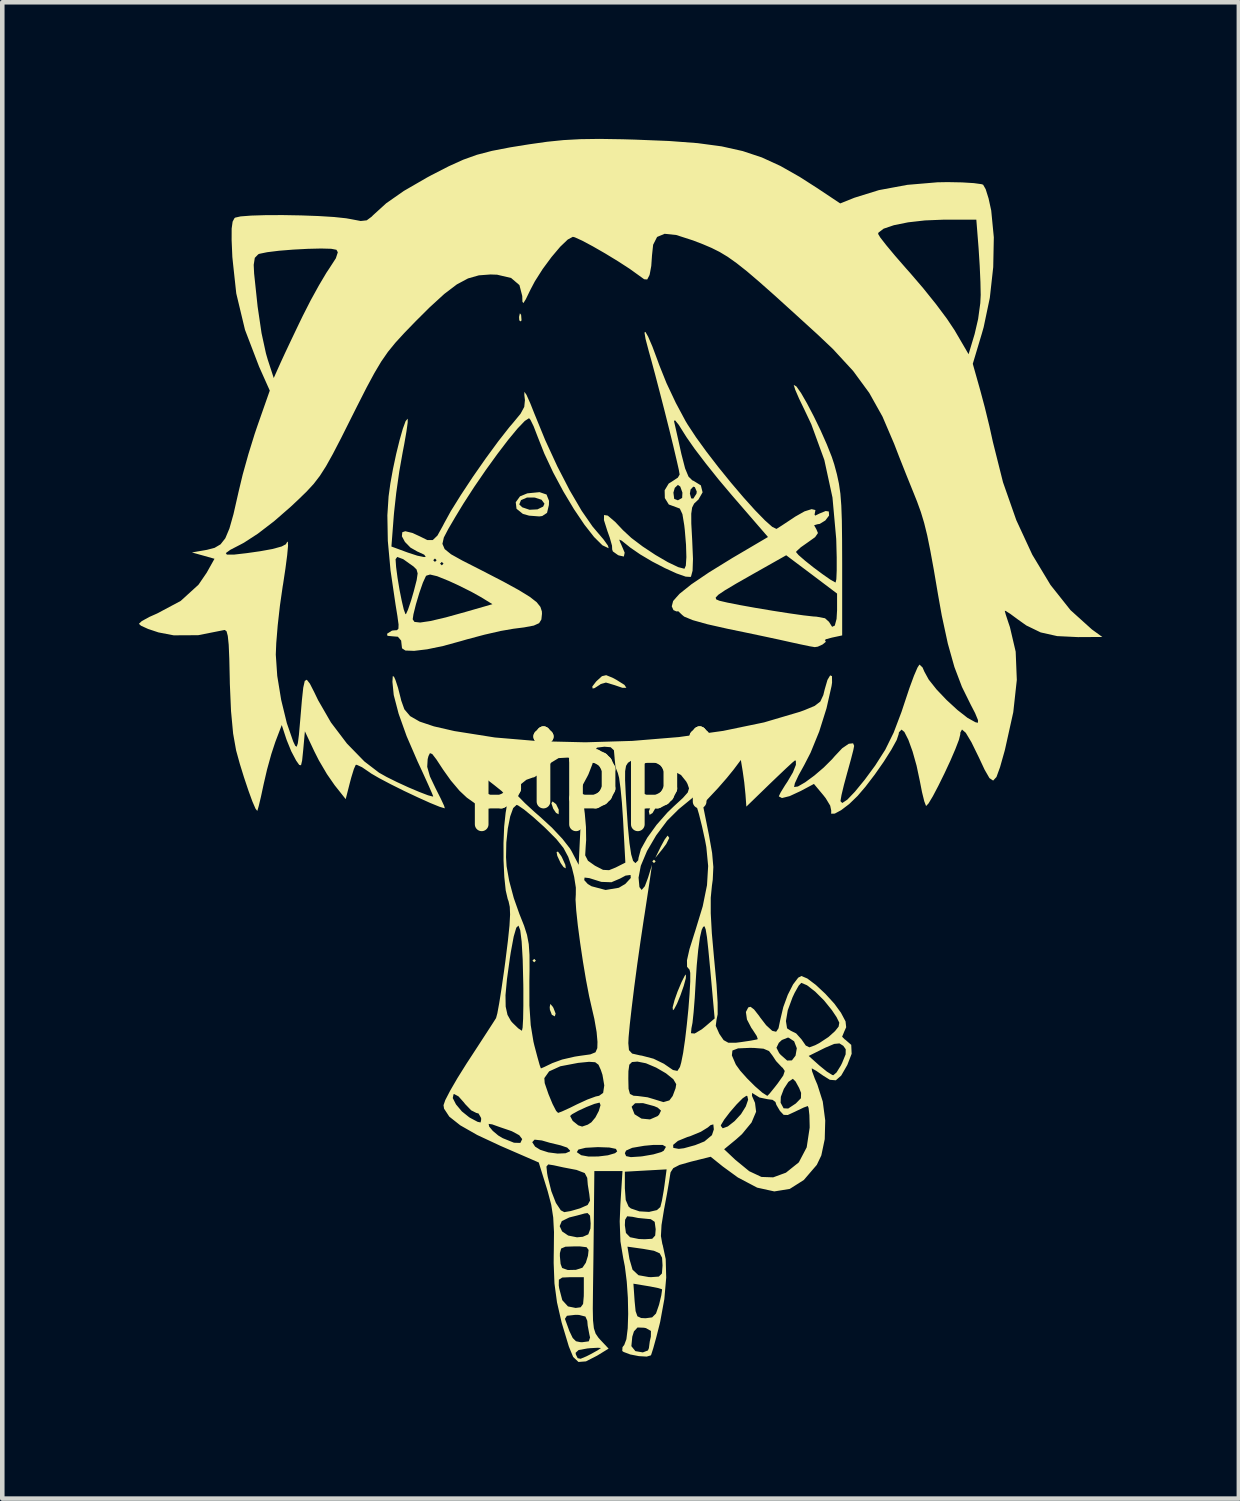
<source format=kicad_pcb>
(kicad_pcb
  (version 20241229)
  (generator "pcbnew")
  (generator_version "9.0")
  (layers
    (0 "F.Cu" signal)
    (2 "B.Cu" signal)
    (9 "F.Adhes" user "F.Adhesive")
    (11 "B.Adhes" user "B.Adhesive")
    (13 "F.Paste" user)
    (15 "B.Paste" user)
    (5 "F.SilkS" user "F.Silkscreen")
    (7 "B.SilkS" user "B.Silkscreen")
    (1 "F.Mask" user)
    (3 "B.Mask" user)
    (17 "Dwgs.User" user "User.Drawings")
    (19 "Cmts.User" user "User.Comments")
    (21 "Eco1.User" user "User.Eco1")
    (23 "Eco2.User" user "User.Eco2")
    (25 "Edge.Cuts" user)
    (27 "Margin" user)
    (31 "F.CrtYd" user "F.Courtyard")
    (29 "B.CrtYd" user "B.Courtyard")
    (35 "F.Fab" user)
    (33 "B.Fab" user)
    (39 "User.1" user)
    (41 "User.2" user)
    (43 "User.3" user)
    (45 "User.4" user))
  (footprint "pippi"
    (layer "F.Cu")
    (at 9.92 13.873)
    (property "Reference" "pippi" (at 0 0 0) (layer "F.SilkS") (effects (font (size 1.5 1.5) (thickness 0.3))))
    (attr board_only exclude_from_pos_files exclude_from_bom)
    (fp_poly (pts (xy -1.202 4.171) (xy -1.24 4.208) (xy -1.278 4.171) (xy -1.24 4.133)) (stroke (width 0) (type solid)) (fill yes) (layer "F.SilkS"))
    (fp_poly (pts (xy 1.428 1.991) (xy 1.39 2.029) (xy 1.353 1.991) (xy 1.39 1.954)) (stroke (width 0) (type solid)) (fill yes) (layer "F.SilkS"))
    (fp_poly (pts (xy -1.527 -10.009) (xy -1.518 -9.891) (xy -1.533 -9.865) (xy -1.567 -9.887) (xy -1.572 -9.963) (xy -1.554 -10.044)) (stroke (width 0) (type solid)) (fill yes) (layer "F.SilkS"))
    (fp_poly (pts (xy -0.834 5.182) (xy -0.817 5.21) (xy -0.769 5.335) (xy -0.788 5.395) (xy -0.852 5.361) (xy -0.895 5.249) (xy -0.899 5.191) (xy -0.885 5.122)) (stroke (width 0) (type solid)) (fill yes) (layer "F.SilkS"))
    (fp_poly (pts (xy -0.759 0.735) (xy -0.701 0.855) (xy -0.703 0.952) (xy -0.706 0.957) (xy -0.761 0.926) (xy -0.823 0.833) (xy -0.862 0.715) (xy -0.837 0.676)) (stroke (width 0) (type solid)) (fill yes) (layer "F.SilkS"))
    (fp_poly (pts (xy 1.726 1.477) (xy 1.659 1.611) (xy 1.572 1.728) (xy 1.419 1.916) (xy 1.538 1.672) (xy 1.625 1.512) (xy 1.686 1.43) (xy 1.693 1.428)) (stroke (width 0) (type solid)) (fill yes) (layer "F.SilkS"))
    (fp_poly (pts (xy -0.644 1.878) (xy -0.63 1.904) (xy -0.556 2.067) (xy -0.546 2.145) (xy -0.596 2.117) (xy -0.66 2.027) (xy -0.733 1.87) (xy -0.748 1.786) (xy -0.717 1.777)) (stroke (width 0) (type solid)) (fill yes) (layer "F.SilkS"))
    (fp_poly (pts (xy 1.573 0.498) (xy 1.529 0.621) (xy 1.463 0.755) (xy 1.358 0.931) (xy 1.295 0.97) (xy 1.278 0.895) (xy 1.321 0.783) (xy 1.424 0.626) (xy 1.428 0.622) (xy 1.539 0.497)) (stroke (width 0) (type solid)) (fill yes) (layer "F.SilkS"))
    (fp_poly (pts (xy 2.09 4.557) (xy 2.044 4.726) (xy 1.973 4.93) (xy 1.896 5.118) (xy 1.831 5.24) (xy 1.807 5.26) (xy 1.8 5.198) (xy 1.843 5.035) (xy 1.907 4.854) (xy 1.996 4.642) (xy 2.065 4.505) (xy 2.093 4.474)) (stroke (width 0) (type solid)) (fill yes) (layer "F.SilkS"))
    (fp_poly (pts (xy 0.476 -2.043) (xy 0.564 -1.996) (xy 0.742 -1.884) (xy 0.784 -1.82) (xy 0.696 -1.82) (xy 0.524 -1.879) (xy 0.336 -1.935) (xy 0.222 -1.903) (xy 0.206 -1.89) (xy 0.086 -1.813) (xy 0.043 -1.804) (xy 0.036 -1.848) (xy 0.119 -1.956) (xy 0.134 -1.971) (xy 0.248 -2.075) (xy 0.341 -2.097)) (stroke (width 0) (type solid)) (fill yes) (layer "F.SilkS"))
    (fp_poly (pts (xy -0.969 -6.064) (xy -0.914 -5.925) (xy -0.917 -5.833) (xy -0.958 -5.661) (xy -1.063 -5.592) (xy -1.127 -5.583) (xy -1.352 -5.6) (xy -1.489 -5.639) (xy -1.628 -5.751) (xy -1.639 -5.847) (xy -1.568 -5.847) (xy -1.502 -5.783) (xy -1.342 -5.729) (xy -1.168 -5.738) (xy -1.043 -5.799) (xy -1.014 -5.862) (xy -1.078 -5.949) (xy -1.226 -5.997) (xy -1.397 -5.998) (xy -1.529 -5.941) (xy -1.53 -5.939) (xy -1.568 -5.847) (xy -1.639 -5.847) (xy -1.645 -5.895) (xy -1.551 -6.024) (xy -1.39 -6.09) (xy -1.121 -6.116)) (stroke (width 0) (type solid)) (fill yes) (layer "F.SilkS"))
    (fp_poly (pts (xy -1.409 -8.253) (xy -1.323 -8.06) (xy -1.241 -7.853) (xy -0.997 -7.257) (xy -0.732 -6.682) (xy -0.46 -6.155) (xy -0.197 -5.706) (xy 0.042 -5.361) (xy 0.123 -5.265) (xy 0.283 -5.077) (xy 0.38 -4.941) (xy 0.395 -4.885) (xy 0.393 -4.885) (xy 0.257 -4.95) (xy 0.076 -5.13) (xy -0.137 -5.402) (xy -0.368 -5.745) (xy -0.601 -6.134) (xy -0.823 -6.548) (xy -1.018 -6.964) (xy -1.169 -7.346) (xy -1.252 -7.562) (xy -1.322 -7.705) (xy -1.353 -7.74) (xy -1.446 -7.68) (xy -1.604 -7.515) (xy -1.81 -7.266) (xy -2.048 -6.954) (xy -2.303 -6.601) (xy -2.558 -6.229) (xy -2.798 -5.858) (xy -2.973 -5.569) (xy -3.126 -5.308) (xy -3.224 -5.12) (xy -3.255 -4.981) (xy -3.206 -4.866) (xy -3.066 -4.752) (xy -2.822 -4.616) (xy -2.462 -4.433) (xy -2.372 -4.387) (xy -1.914 -4.15) (xy -1.575 -3.964) (xy -1.338 -3.818) (xy -1.186 -3.7) (xy -1.103 -3.596) (xy -1.071 -3.496) (xy -1.069 -3.445) (xy -1.082 -3.32) (xy -1.132 -3.239) (xy -1.249 -3.186) (xy -1.463 -3.146) (xy -1.698 -3.116) (xy -1.975 -3.068) (xy -2.332 -2.986) (xy -2.708 -2.886) (xy -2.846 -2.846) (xy -3.24 -2.738) (xy -3.591 -2.665) (xy -3.876 -2.631) (xy -4.068 -2.638) (xy -4.142 -2.687) (xy -4.156 -2.806) (xy -4.161 -2.856) (xy -4.233 -2.941) (xy -4.344 -2.95) (xy -4.462 -2.961) (xy -4.471 -3.006) (xy -4.363 -3.075) (xy -4.317 -3.081) (xy -4.253 -3.085) (xy -4.221 -3.118) (xy -4.218 -3.21) (xy -4.234 -3.324) (xy -3.908 -3.324) (xy -3.869 -3.267) (xy -3.744 -3.253) (xy -3.519 -3.286) (xy -3.18 -3.366) (xy -2.751 -3.485) (xy -2.157 -3.656) (xy -2.413 -3.813) (xy -2.623 -3.93) (xy -2.902 -4.069) (xy -3.113 -4.166) (xy -3.37 -4.27) (xy -3.526 -4.307) (xy -3.607 -4.283) (xy -3.621 -4.266) (xy -3.684 -4.128) (xy -3.762 -3.904) (xy -3.837 -3.653) (xy -3.891 -3.436) (xy -3.908 -3.324) (xy -4.234 -3.324) (xy -4.243 -3.393) (xy -4.284 -3.645) (xy -4.395 -4.4) (xy -4.417 -4.643) (xy -4.284 -4.643) (xy -4.272 -4.472) (xy -4.241 -4.237) (xy -4.198 -3.977) (xy -4.149 -3.732) (xy -4.104 -3.54) (xy -4.068 -3.441) (xy -4.056 -3.436) (xy -4.011 -3.535) (xy -3.944 -3.733) (xy -3.884 -3.939) (xy -3.82 -4.187) (xy -3.799 -4.332) (xy -3.823 -4.418) (xy -3.891 -4.485) (xy -3.978 -4.546) (xy -3.307 -4.546) (xy -3.269 -4.509) (xy -3.231 -4.546) (xy -3.269 -4.584) (xy -3.307 -4.546) (xy -3.978 -4.546) (xy -4.084 -4.622) (xy -3.457 -4.622) (xy -3.419 -4.584) (xy -3.382 -4.622) (xy -3.419 -4.659) (xy -3.457 -4.622) (xy -4.084 -4.622) (xy -4.117 -4.645) (xy -4.247 -4.693) (xy -4.284 -4.643) (xy -4.417 -4.643) (xy -4.454 -5.045) (xy -4.464 -5.607) (xy -4.437 -6.023) (xy -4.398 -6.307) (xy -4.34 -6.628) (xy -4.27 -6.956) (xy -4.195 -7.26) (xy -4.124 -7.51) (xy -4.063 -7.676) (xy -4.02 -7.727) (xy -4.017 -7.725) (xy -4.018 -7.643) (xy -4.045 -7.448) (xy -4.093 -7.172) (xy -4.129 -6.985) (xy -4.203 -6.567) (xy -4.269 -6.101) (xy -4.316 -5.676) (xy -4.323 -5.599) (xy -4.375 -4.922) (xy -4.017 -4.79) (xy -3.806 -4.721) (xy -3.659 -4.691) (xy -3.621 -4.696) (xy -3.655 -4.743) (xy -3.79 -4.806) (xy -3.802 -4.81) (xy -3.956 -4.898) (xy -4.078 -5.023) (xy -4.145 -5.147) (xy -4.136 -5.236) (xy -4.07 -5.258) (xy -3.914 -5.22) (xy -3.757 -5.148) (xy -3.587 -5.064) (xy -3.467 -5.064) (xy -3.364 -5.163) (xy -3.244 -5.38) (xy -3.219 -5.429) (xy -3.069 -5.702) (xy -2.849 -6.055) (xy -2.586 -6.453) (xy -2.304 -6.857) (xy -2.029 -7.232) (xy -1.786 -7.542) (xy -1.706 -7.635) (xy -1.539 -7.838) (xy -1.458 -7.988) (xy -1.443 -8.137) (xy -1.456 -8.249) (xy -1.455 -8.319)) (stroke (width 0) (type solid)) (fill yes) (layer "F.SilkS"))
    (fp_poly (pts (xy 1.262 -9.531) (xy 1.356 -9.313) (xy 1.478 -8.986) (xy 1.507 -8.905) (xy 1.665 -8.511) (xy 1.87 -8.076) (xy 2.083 -7.678) (xy 2.13 -7.6) (xy 2.313 -7.322) (xy 2.544 -7.003) (xy 2.806 -6.663) (xy 3.082 -6.323) (xy 3.355 -6.002) (xy 3.608 -5.721) (xy 3.825 -5.498) (xy 3.987 -5.354) (xy 4.079 -5.309) (xy 4.083 -5.31) (xy 4.193 -5.38) (xy 4.376 -5.501) (xy 4.491 -5.578) (xy 4.696 -5.694) (xy 4.853 -5.743) (xy 4.936 -5.723) (xy 4.918 -5.63) (xy 4.916 -5.625) (xy 4.931 -5.601) (xy 5.024 -5.646) (xy 5.161 -5.702) (xy 5.23 -5.691) (xy 5.235 -5.602) (xy 5.153 -5.494) (xy 5.031 -5.419) (xy 4.979 -5.411) (xy 4.907 -5.389) (xy 4.956 -5.302) (xy 4.991 -5.218) (xy 4.929 -5.128) (xy 4.778 -5.02) (xy 4.613 -4.904) (xy 4.519 -4.817) (xy 4.51 -4.8) (xy 4.565 -4.735) (xy 4.705 -4.613) (xy 4.893 -4.463) (xy 5.092 -4.315) (xy 5.262 -4.196) (xy 5.368 -4.136) (xy 5.379 -4.133) (xy 5.395 -4.204) (xy 5.403 -4.396) (xy 5.403 -4.682) (xy 5.394 -5.034) (xy 5.392 -5.091) (xy 5.31 -5.999) (xy 5.131 -6.824) (xy 4.845 -7.607) (xy 4.696 -7.922) (xy 4.576 -8.171) (xy 4.493 -8.363) (xy 4.461 -8.464) (xy 4.462 -8.47) (xy 4.519 -8.436) (xy 4.621 -8.291) (xy 4.752 -8.063) (xy 4.899 -7.782) (xy 5.049 -7.473) (xy 5.185 -7.167) (xy 5.295 -6.89) (xy 5.349 -6.726) (xy 5.408 -6.507) (xy 5.452 -6.302) (xy 5.484 -6.082) (xy 5.504 -5.82) (xy 5.516 -5.489) (xy 5.521 -5.061) (xy 5.523 -4.547) (xy 5.523 -2.97) (xy 5.298 -2.922) (xy 5.165 -2.886) (xy 5.142 -2.864) (xy 5.148 -2.863) (xy 5.164 -2.829) (xy 5.093 -2.771) (xy 4.988 -2.723) (xy 4.922 -2.713) (xy 4.813 -2.731) (xy 4.607 -2.774) (xy 4.396 -2.82) (xy 4.141 -2.877) (xy 3.786 -2.953) (xy 3.382 -3.038) (xy 3.009 -3.115) (xy 2.565 -3.215) (xy 2.243 -3.305) (xy 2.054 -3.383) (xy 2.008 -3.421) (xy 1.925 -3.5) (xy 1.883 -3.497) (xy 1.818 -3.526) (xy 1.781 -3.609) (xy 1.811 -3.725) (xy 1.877 -3.801) (xy 2.745 -3.801) (xy 2.756 -3.762) (xy 2.823 -3.733) (xy 2.829 -3.731) (xy 3.006 -3.69) (xy 3.286 -3.635) (xy 3.631 -3.573) (xy 4.002 -3.511) (xy 4.361 -3.455) (xy 4.67 -3.411) (xy 4.89 -3.386) (xy 4.959 -3.382) (xy 5.146 -3.347) (xy 5.233 -3.269) (xy 5.302 -3.159) (xy 5.361 -3.186) (xy 5.4 -3.333) (xy 5.411 -3.523) (xy 5.411 -3.889) (xy 4.853 -4.31) (xy 4.294 -4.73) (xy 3.556 -4.313) (xy 3.194 -4.107) (xy 2.949 -3.961) (xy 2.804 -3.863) (xy 2.745 -3.801) (xy 1.877 -3.801) (xy 1.953 -3.885) (xy 2.213 -4.093) (xy 2.597 -4.353) (xy 3.111 -4.67) (xy 3.281 -4.77) (xy 3.894 -5.131) (xy 3.107 -6.041) (xy 2.811 -6.392) (xy 2.529 -6.745) (xy 2.285 -7.065) (xy 2.106 -7.321) (xy 2.055 -7.402) (xy 1.934 -7.595) (xy 1.854 -7.693) (xy 1.83 -7.681) (xy 1.833 -7.665) (xy 1.871 -7.498) (xy 1.929 -7.24) (xy 1.994 -6.946) (xy 1.996 -6.94) (xy 2.074 -6.637) (xy 2.149 -6.457) (xy 2.234 -6.374) (xy 2.26 -6.364) (xy 2.42 -6.265) (xy 2.458 -6.112) (xy 2.366 -5.952) (xy 2.345 -5.934) (xy 2.272 -5.865) (xy 2.228 -5.778) (xy 2.209 -5.643) (xy 2.21 -5.426) (xy 2.228 -5.094) (xy 2.23 -5.055) (xy 2.247 -4.651) (xy 2.238 -4.39) (xy 2.204 -4.264) (xy 2.193 -4.254) (xy 2.086 -4.261) (xy 1.887 -4.331) (xy 1.631 -4.448) (xy 1.353 -4.592) (xy 1.088 -4.749) (xy 0.87 -4.899) (xy 0.827 -4.934) (xy 0.68 -5.052) (xy 0.627 -5.074) (xy 0.652 -5.005) (xy 0.665 -4.981) (xy 0.747 -4.787) (xy 0.729 -4.702) (xy 0.613 -4.728) (xy 0.595 -4.738) (xy 0.488 -4.814) (xy 0.473 -4.857) (xy 0.469 -4.941) (xy 0.419 -5.118) (xy 0.367 -5.264) (xy 0.292 -5.502) (xy 0.294 -5.614) (xy 0.376 -5.601) (xy 0.538 -5.463) (xy 0.712 -5.279) (xy 0.893 -5.111) (xy 1.142 -4.923) (xy 1.423 -4.737) (xy 1.696 -4.578) (xy 1.924 -4.469) (xy 2.06 -4.434) (xy 2.09 -4.503) (xy 2.102 -4.689) (xy 2.094 -4.961) (xy 2.067 -5.287) (xy 2.055 -5.392) (xy 2.015 -5.633) (xy 1.958 -5.755) (xy 1.877 -5.786) (xy 1.716 -5.845) (xy 1.629 -5.986) (xy 1.626 -6.106) (xy 1.817 -6.106) (xy 1.835 -5.968) (xy 1.916 -5.937) (xy 2.009 -5.989) (xy 2.014 -6.083) (xy 2.179 -6.083) (xy 2.208 -5.979) (xy 2.254 -5.974) (xy 2.324 -6.083) (xy 2.33 -6.129) (xy 2.288 -6.226) (xy 2.254 -6.237) (xy 2.194 -6.174) (xy 2.179 -6.083) (xy 2.014 -6.083) (xy 2.015 -6.106) (xy 1.968 -6.238) (xy 1.916 -6.275) (xy 1.848 -6.211) (xy 1.817 -6.106) (xy 1.626 -6.106) (xy 1.625 -6.157) (xy 1.714 -6.305) (xy 1.785 -6.349) (xy 1.915 -6.435) (xy 1.954 -6.503) (xy 1.936 -6.607) (xy 1.886 -6.827) (xy 1.813 -7.137) (xy 1.722 -7.507) (xy 1.621 -7.909) (xy 1.516 -8.316) (xy 1.416 -8.699) (xy 1.327 -9.03) (xy 1.279 -9.201) (xy 1.206 -9.478) (xy 1.182 -9.62) (xy 1.202 -9.636)) (stroke (width 0) (type solid)) (fill yes) (layer "F.SilkS"))
    (fp_poly (pts (xy 0.701 -13.865) (xy 0.976 -13.857) (xy 1.723 -13.827) (xy 2.348 -13.78) (xy 2.877 -13.709) (xy 3.338 -13.606) (xy 3.759 -13.466) (xy 4.167 -13.279) (xy 4.59 -13.039) (xy 4.968 -12.797) (xy 5.48 -12.456) (xy 5.792 -12.581) (xy 6.329 -12.748) (xy 6.954 -12.864) (xy 7.615 -12.92) (xy 7.839 -12.924) (xy 8.153 -12.918) (xy 8.414 -12.902) (xy 8.582 -12.879) (xy 8.618 -12.867) (xy 8.674 -12.769) (xy 8.738 -12.565) (xy 8.796 -12.3) (xy 8.797 -12.289) (xy 8.853 -11.712) (xy 8.84 -11.058) (xy 8.765 -10.382) (xy 8.63 -9.739) (xy 8.59 -9.598) (xy 8.391 -8.934) (xy 8.554 -8.356) (xy 8.655 -7.978) (xy 8.757 -7.56) (xy 8.832 -7.221) (xy 9.055 -6.332) (xy 9.347 -5.5) (xy 9.698 -4.742) (xy 10.098 -4.078) (xy 10.537 -3.525) (xy 11.005 -3.103) (xy 11.009 -3.1) (xy 11.235 -2.936) (xy 10.701 -2.933) (xy 10.244 -2.955) (xy 9.882 -3.036) (xy 9.566 -3.189) (xy 9.375 -3.325) (xy 9.211 -3.446) (xy 9.11 -3.509) (xy 9.093 -3.51) (xy 9.116 -3.425) (xy 9.174 -3.249) (xy 9.207 -3.151) (xy 9.333 -2.613) (xy 9.358 -1.993) (xy 9.28 -1.283) (xy 9.1 -0.472) (xy 9.091 -0.436) (xy 8.99 -0.078) (xy 8.911 0.139) (xy 8.838 0.218) (xy 8.757 0.163) (xy 8.651 -0.021) (xy 8.527 -0.286) (xy 8.361 -0.625) (xy 8.237 -0.832) (xy 8.154 -0.904) (xy 8.118 -0.838) (xy 8.116 -0.796) (xy 8.087 -0.678) (xy 8.009 -0.475) (xy 7.898 -0.217) (xy 7.768 0.062) (xy 7.635 0.332) (xy 7.514 0.562) (xy 7.419 0.72) (xy 7.367 0.775) (xy 7.364 0.773) (xy 7.326 0.673) (xy 7.276 0.47) (xy 7.228 0.225) (xy 7.157 -0.109) (xy 7.069 -0.422) (xy 6.976 -0.679) (xy 6.889 -0.85) (xy 6.827 -0.902) (xy 6.769 -0.842) (xy 6.763 -0.801) (xy 6.72 -0.673) (xy 6.603 -0.461) (xy 6.436 -0.197) (xy 6.239 0.085) (xy 6.034 0.353) (xy 5.861 0.555) (xy 5.677 0.733) (xy 5.501 0.867) (xy 5.36 0.943) (xy 5.281 0.945) (xy 5.283 0.876) (xy 5.26 0.768) (xy 5.161 0.604) (xy 5.11 0.539) (xy 4.903 0.291) (xy 4.613 0.446) (xy 4.369 0.559) (xy 4.201 0.601) (xy 4.134 0.566) (xy 4.133 0.56) (xy 4.172 0.478) (xy 4.269 0.32) (xy 4.321 0.242) (xy 4.441 0.038) (xy 4.507 -0.128) (xy 4.506 -0.218) (xy 4.487 -0.225) (xy 4.428 -0.177) (xy 4.285 -0.045) (xy 4.084 0.146) (xy 3.942 0.282) (xy 3.419 0.789) (xy 3.4 0.526) (xy 3.373 0.257) (xy 3.339 0.014) (xy 3.298 -0.235) (xy 3.139 -0.023) (xy 2.988 0.163) (xy 2.796 0.383) (xy 2.721 0.463) (xy 2.462 0.739) (xy 2.597 1.41) (xy 2.667 1.806) (xy 2.694 2.115) (xy 2.681 2.395) (xy 2.663 2.525) (xy 2.637 2.79) (xy 2.637 3.131) (xy 2.661 3.57) (xy 2.711 4.131) (xy 2.715 4.171) (xy 2.764 4.697) (xy 2.788 5.091) (xy 2.789 5.349) (xy 2.765 5.464) (xy 2.747 5.602) (xy 2.826 5.78) (xy 2.92 5.917) (xy 3.023 5.974) (xy 3.191 5.974) (xy 3.302 5.96) (xy 3.511 5.929) (xy 3.647 5.903) (xy 3.67 5.894) (xy 3.647 5.827) (xy 3.557 5.688) (xy 3.528 5.647) (xy 3.432 5.463) (xy 3.409 5.299) (xy 3.461 5.198) (xy 3.511 5.185) (xy 3.587 5.242) (xy 3.698 5.383) (xy 3.72 5.416) (xy 3.854 5.59) (xy 3.981 5.707) (xy 3.992 5.714) (xy 4.073 5.733) (xy 4.125 5.657) (xy 4.158 5.498) (xy 4.288 5.498) (xy 4.313 5.658) (xy 4.394 5.711) (xy 4.512 5.769) (xy 4.629 5.899) (xy 4.724 6.036) (xy 4.803 6.075) (xy 4.927 6.03) (xy 5.02 5.982) (xy 5.223 5.848) (xy 5.365 5.72) (xy 5.445 5.62) (xy 5.46 5.534) (xy 5.4 5.412) (xy 5.296 5.257) (xy 5.125 5.045) (xy 4.931 4.852) (xy 4.751 4.712) (xy 4.625 4.659) (xy 4.568 4.721) (xy 4.479 4.879) (xy 4.432 4.979) (xy 4.328 5.262) (xy 4.288 5.498) (xy 4.158 5.498) (xy 4.165 5.465) (xy 4.23 5.191) (xy 4.329 4.921) (xy 4.445 4.693) (xy 4.558 4.545) (xy 4.628 4.509) (xy 4.757 4.563) (xy 4.944 4.704) (xy 5.153 4.899) (xy 5.351 5.116) (xy 5.496 5.315) (xy 5.597 5.505) (xy 5.611 5.634) (xy 5.571 5.723) (xy 5.522 5.842) (xy 5.582 5.903) (xy 5.591 5.907) (xy 5.722 6.021) (xy 5.731 6.217) (xy 5.636 6.462) (xy 5.502 6.695) (xy 5.384 6.799) (xy 5.253 6.788) (xy 5.106 6.697) (xy 4.954 6.591) (xy 4.861 6.539) (xy 4.854 6.538) (xy 4.862 6.599) (xy 4.92 6.757) (xy 4.979 6.895) (xy 5.097 7.267) (xy 5.151 7.681) (xy 5.14 8.092) (xy 5.065 8.449) (xy 4.966 8.656) (xy 4.68 8.989) (xy 4.372 9.184) (xy 4.033 9.239) (xy 3.656 9.156) (xy 3.233 8.933) (xy 2.902 8.692) (xy 2.636 8.478) (xy 2.201 8.586) (xy 1.951 8.657) (xy 1.814 8.728) (xy 1.755 8.819) (xy 1.745 8.875) (xy 1.72 9.035) (xy 1.676 9.291) (xy 1.62 9.591) (xy 1.612 9.631) (xy 1.556 9.977) (xy 1.543 10.219) (xy 1.574 10.395) (xy 1.583 10.42) (xy 1.648 10.725) (xy 1.659 11.132) (xy 1.618 11.603) (xy 1.527 12.101) (xy 1.515 12.152) (xy 1.441 12.443) (xy 1.376 12.679) (xy 1.331 12.82) (xy 1.322 12.839) (xy 1.231 12.866) (xy 1.059 12.856) (xy 0.869 12.819) (xy 0.723 12.764) (xy 0.694 12.743) (xy 0.699 12.66) (xy 0.716 12.637) (xy 0.894 12.637) (xy 0.982 12.746) (xy 1.146 12.774) (xy 1.258 12.731) (xy 1.279 12.681) (xy 1.298 12.534) (xy 1.322 12.428) (xy 1.324 12.303) (xy 1.215 12.241) (xy 1.17 12.232) (xy 1.029 12.227) (xy 0.951 12.312) (xy 0.914 12.429) (xy 0.894 12.637) (xy 0.716 12.637) (xy 0.738 12.609) (xy 0.785 12.483) (xy 0.814 12.245) (xy 0.824 11.93) (xy 0.817 11.574) (xy 0.796 11.265) (xy 0.939 11.265) (xy 0.965 11.644) (xy 0.987 11.868) (xy 1.027 11.981) (xy 1.109 12.019) (xy 1.207 12.024) (xy 1.35 12.005) (xy 1.435 11.92) (xy 1.501 11.73) (xy 1.505 11.715) (xy 1.551 11.522) (xy 1.568 11.402) (xy 1.564 11.386) (xy 1.482 11.361) (xy 1.306 11.326) (xy 1.24 11.315) (xy 0.939 11.265) (xy 0.796 11.265) (xy 0.792 11.214) (xy 0.751 10.885) (xy 0.716 10.709) (xy 0.673 10.452) (xy 0.808 10.452) (xy 0.852 10.725) (xy 0.92 10.958) (xy 1.05 11.079) (xy 1.279 11.12) (xy 1.334 11.121) (xy 1.497 11.109) (xy 1.565 11.041) (xy 1.578 10.87) (xy 1.578 10.857) (xy 1.568 10.695) (xy 1.517 10.599) (xy 1.389 10.542) (xy 1.151 10.5) (xy 1.099 10.493) (xy 0.808 10.452) (xy 0.673 10.452) (xy 0.654 10.336) (xy 0.641 9.98) (xy 0.751 9.98) (xy 0.775 10.152) (xy 0.866 10.245) (xy 1.058 10.284) (xy 1.184 10.289) (xy 1.352 10.279) (xy 1.417 10.208) (xy 1.428 10.07) (xy 1.406 9.907) (xy 1.319 9.848) (xy 1.259 9.843) (xy 1.041 9.822) (xy 0.921 9.797) (xy 0.802 9.785) (xy 0.757 9.861) (xy 0.751 9.98) (xy 0.641 9.98) (xy 0.638 9.898) (xy 0.653 9.525) (xy 0.675 9.171) (xy 0.751 9.171) (xy 0.77 9.427) (xy 0.833 9.572) (xy 0.883 9.613) (xy 1.071 9.677) (xy 1.282 9.689) (xy 1.456 9.649) (xy 1.53 9.582) (xy 1.565 9.444) (xy 1.604 9.222) (xy 1.62 9.113) (xy 1.668 8.755) (xy 1.21 8.78) (xy 0.751 8.806) (xy 0.751 9.171) (xy 0.675 9.171) (xy 0.699 8.792) (xy 0.39 8.792) (xy 0.081 8.792) (xy 0.072 9.675) (xy 0.067 10.15) (xy 0.061 10.688) (xy 0.054 11.205) (xy 0.051 11.435) (xy 0.047 11.814) (xy 0.052 12.073) (xy 0.071 12.245) (xy 0.109 12.361) (xy 0.171 12.452) (xy 0.216 12.502) (xy 0.394 12.691) (xy 0.141 12.846) (xy -0.103 12.971) (xy -0.268 12.984) (xy -0.384 12.874) (xy -0.422 12.783) (xy -0.331 12.783) (xy -0.325 12.82) (xy -0.285 12.901) (xy -0.221 12.914) (xy -0.09 12.859) (xy 0.004 12.811) (xy 0.154 12.728) (xy 0.225 12.679) (xy 0.225 12.677) (xy 0.159 12.672) (xy -0.006 12.681) (xy -0.07 12.687) (xy -0.265 12.722) (xy -0.331 12.783) (xy -0.422 12.783) (xy -0.479 12.644) (xy -0.637 12.119) (xy -0.656 12.037) (xy -0.565 12.037) (xy -0.563 12.042) (xy -0.467 12.306) (xy -0.394 12.458) (xy -0.322 12.529) (xy -0.227 12.549) (xy -0.181 12.55) (xy -0.041 12.531) (xy -0.013 12.447) (xy -0.028 12.381) (xy -0.065 12.185) (xy -0.074 12.08) (xy -0.115 11.987) (xy -0.256 11.951) (xy -0.336 11.949) (xy -0.521 11.97) (xy -0.565 12.037) (xy -0.656 12.037) (xy -0.739 11.675) (xy -0.789 11.304) (xy -0.7 11.304) (xy -0.691 11.366) (xy -0.623 11.627) (xy -0.498 11.764) (xy -0.329 11.798) (xy -0.219 11.783) (xy -0.166 11.71) (xy -0.151 11.539) (xy -0.15 11.46) (xy -0.15 11.122) (xy -0.438 11.122) (xy -0.624 11.13) (xy -0.698 11.178) (xy -0.7 11.304) (xy -0.789 11.304) (xy -0.795 11.258) (xy -0.812 10.814) (xy -0.811 10.658) (xy -0.676 10.658) (xy -0.66 10.831) (xy -0.626 10.921) (xy -0.502 10.965) (xy -0.324 10.961) (xy -0.18 10.914) (xy -0.106 10.805) (xy -0.059 10.652) (xy -0.045 10.524) (xy -0.09 10.464) (xy -0.231 10.447) (xy -0.349 10.446) (xy -0.553 10.453) (xy -0.648 10.493) (xy -0.675 10.593) (xy -0.676 10.658) (xy -0.811 10.658) (xy -0.809 10.542) (xy -0.805 10.129) (xy -0.812 10.002) (xy -0.68 10.002) (xy -0.627 10.117) (xy -0.493 10.208) (xy -0.3 10.247) (xy -0.172 10.235) (xy -0.052 10.182) (xy -0.005 10.055) (xy 0 9.943) (xy -0.014 9.771) (xy -0.068 9.714) (xy -0.132 9.723) (xy -0.305 9.77) (xy -0.47 9.811) (xy -0.634 9.891) (xy -0.68 10.002) (xy -0.812 10.002) (xy -0.822 9.811) (xy -0.865 9.534) (xy -0.941 9.244) (xy -0.964 9.168) (xy -1.112 8.693) (xy -0.971 8.693) (xy -0.956 8.839) (xy -0.943 8.913) (xy -0.863 9.235) (xy -0.763 9.492) (xy -0.655 9.654) (xy -0.579 9.694) (xy -0.438 9.67) (xy -0.241 9.613) (xy -0.229 9.609) (xy -0.066 9.536) (xy -0.014 9.441) (xy -0.03 9.299) (xy -0.063 9.091) (xy -0.075 8.942) (xy -0.13 8.836) (xy -0.31 8.767) (xy -0.357 8.758) (xy -0.597 8.712) (xy -0.803 8.667) (xy -0.818 8.664) (xy -0.931 8.646) (xy -0.971 8.693) (xy -1.112 8.693) (xy -1.139 8.604) (xy -1.979 8.239) (xy -2.491 8) (xy -2.864 7.787) (xy -2.903 7.756) (xy -2.24 7.756) (xy -2.229 7.814) (xy -2.15 7.909) (xy -2.029 8.011) (xy -1.93 8.07) (xy -1.683 8.17) (xy -1.544 8.174) (xy -1.536 8.158) (xy -1.283 8.158) (xy -1.22 8.255) (xy -1.108 8.325) (xy -0.929 8.382) (xy -0.726 8.408) (xy -0.551 8.401) (xy -0.496 8.377) (xy -0.304 8.377) (xy -0.207 8.444) (xy -0.049 8.473) (xy 0.164 8.472) (xy 0.378 8.446) (xy 0.535 8.4) (xy 0.536 8.4) (xy 0.751 8.4) (xy 0.779 8.464) (xy 0.883 8.486) (xy 1.097 8.472) (xy 1.14 8.467) (xy 1.377 8.426) (xy 1.552 8.375) (xy 1.605 8.345) (xy 1.623 8.313) (xy 2.931 8.313) (xy 3.175 8.543) (xy 3.482 8.795) (xy 3.75 8.921) (xy 4.008 8.93) (xy 4.287 8.828) (xy 4.29 8.826) (xy 4.571 8.601) (xy 4.744 8.271) (xy 4.809 7.84) (xy 4.809 7.797) (xy 4.803 7.564) (xy 4.786 7.408) (xy 4.768 7.364) (xy 4.68 7.396) (xy 4.518 7.473) (xy 4.492 7.486) (xy 4.329 7.561) (xy 4.238 7.558) (xy 4.16 7.475) (xy 4.157 7.472) (xy 4.078 7.338) (xy 4.063 7.291) (xy 4.171 7.291) (xy 4.237 7.414) (xy 4.338 7.419) (xy 4.505 7.308) (xy 4.507 7.306) (xy 4.617 7.193) (xy 4.621 7.075) (xy 4.578 6.968) (xy 4.499 6.824) (xy 4.44 6.766) (xy 4.342 6.834) (xy 4.243 6.986) (xy 4.176 7.162) (xy 4.171 7.291) (xy 4.063 7.291) (xy 4.058 7.275) (xy 3.994 7.228) (xy 3.885 7.214) (xy 3.708 7.177) (xy 3.622 7.124) (xy 3.546 7.076) (xy 3.542 7.14) (xy 3.609 7.294) (xy 3.633 7.489) (xy 3.533 7.726) (xy 3.322 7.982) (xy 3.196 8.095) (xy 2.931 8.313) (xy 1.623 8.313) (xy 1.654 8.26) (xy 1.581 8.218) (xy 1.378 8.218) (xy 1.175 8.237) (xy 0.912 8.282) (xy 0.778 8.342) (xy 0.751 8.4) (xy 0.536 8.4) (xy 0.583 8.36) (xy 0.555 8.305) (xy 0.412 8.275) (xy 0.157 8.266) (xy -0.112 8.281) (xy -0.27 8.32) (xy -0.304 8.377) (xy -0.496 8.377) (xy -0.456 8.36) (xy -0.451 8.343) (xy -0.515 8.277) (xy -0.658 8.228) (xy -0.703 8.217) (xy 1.811 8.217) (xy 1.815 8.283) (xy 1.935 8.305) (xy 2.048 8.291) (xy 2.295 8.223) (xy 2.499 8.141) (xy 2.663 8.004) (xy 2.705 7.877) (xy 2.697 7.799) (xy 2.858 7.799) (xy 2.9 7.853) (xy 3.012 7.812) (xy 3.161 7.695) (xy 3.301 7.543) (xy 3.407 7.373) (xy 3.458 7.225) (xy 3.44 7.144) (xy 3.42 7.139) (xy 3.339 7.193) (xy 3.206 7.327) (xy 3.059 7.497) (xy 2.932 7.663) (xy 2.862 7.78) (xy 2.858 7.799) (xy 2.697 7.799) (xy 2.694 7.767) (xy 2.634 7.783) (xy 2.574 7.834) (xy 2.42 7.929) (xy 2.196 8.022) (xy 2.123 8.045) (xy 1.916 8.13) (xy 1.811 8.217) (xy -0.703 8.217) (xy -0.896 8.171) (xy -1.071 8.12) (xy -1.231 8.102) (xy -1.283 8.158) (xy -1.536 8.158) (xy -1.503 8.09) (xy -1.568 8.005) (xy -1.729 7.918) (xy -1.785 7.898) (xy -1.991 7.828) (xy -2.142 7.774) (xy -2.161 7.767) (xy -2.24 7.756) (xy -2.903 7.756) (xy -3.104 7.597) (xy -3.219 7.422) (xy -3.231 7.346) (xy -3.192 7.233) (xy -3.169 7.189) (xy -3.028 7.189) (xy -2.957 7.328) (xy -2.828 7.482) (xy -2.667 7.611) (xy -2.638 7.628) (xy -2.482 7.711) (xy -2.417 7.725) (xy -2.405 7.67) (xy -2.405 7.628) (xy -2.43 7.583) (xy -0.451 7.583) (xy -0.394 7.69) (xy -0.272 7.788) (xy -0.187 7.815) (xy -0.063 7.773) (xy 0.016 7.721) (xy 0.104 7.615) (xy 0.179 7.472) (xy 0.204 7.387) (xy 0.902 7.387) (xy 0.964 7.545) (xy 1.116 7.64) (xy 1.303 7.658) (xy 1.471 7.585) (xy 1.502 7.554) (xy 1.545 7.465) (xy 1.472 7.399) (xy 1.394 7.366) (xy 1.15 7.3) (xy 0.976 7.303) (xy 0.902 7.376) (xy 0.902 7.387) (xy 0.204 7.387) (xy 0.217 7.345) (xy 0.196 7.289) (xy 0.194 7.289) (xy 0.082 7.317) (xy -0.091 7.385) (xy -0.273 7.469) (xy -0.41 7.545) (xy -0.451 7.583) (xy -2.43 7.583) (xy -2.462 7.528) (xy -2.512 7.515) (xy -2.624 7.458) (xy -2.758 7.319) (xy -2.781 7.288) (xy -2.902 7.152) (xy -2.997 7.101) (xy -3.011 7.105) (xy -3.028 7.189) (xy -3.169 7.189) (xy -3.083 7.023) (xy -2.925 6.751) (xy -1.017 6.751) (xy -1.009 6.861) (xy -0.926 7.103) (xy -0.836 7.32) (xy -0.758 7.471) (xy -0.715 7.515) (xy -0.629 7.483) (xy -0.454 7.403) (xy -0.301 7.327) (xy -0.073 7.222) (xy 0.112 7.154) (xy 0.185 7.139) (xy 0.274 7.076) (xy 0.299 6.911) (xy 0.274 6.763) (xy 0.827 6.763) (xy 0.832 6.986) (xy 0.863 7.098) (xy 0.941 7.138) (xy 1.033 7.144) (xy 1.249 7.172) (xy 1.39 7.214) (xy 1.598 7.278) (xy 1.729 7.24) (xy 1.801 7.144) (xy 1.865 6.973) (xy 1.879 6.884) (xy 1.815 6.775) (xy 1.653 6.645) (xy 1.438 6.52) (xy 1.214 6.425) (xy 1.027 6.388) (xy 1.027 6.388) (xy 0.908 6.398) (xy 0.849 6.456) (xy 0.829 6.599) (xy 0.827 6.763) (xy 0.274 6.763) (xy 0.259 6.677) (xy 0.223 6.57) (xy 0.172 6.457) (xy 0.099 6.402) (xy -0.036 6.393) (xy -0.277 6.417) (xy -0.282 6.418) (xy -0.666 6.491) (xy -0.912 6.603) (xy -1.017 6.751) (xy -2.925 6.751) (xy -2.922 6.746) (xy -2.723 6.428) (xy -2.681 6.364) (xy -2.473 6.045) (xy -2.293 5.768) (xy -2.157 5.558) (xy -2.083 5.442) (xy -2.077 5.432) (xy -2.049 5.329) (xy -2.008 5.105) (xy -1.98 4.929) (xy -1.87 4.929) (xy -1.866 5.181) (xy -1.826 5.362) (xy -1.75 5.497) (xy -1.715 5.537) (xy -1.59 5.658) (xy -1.51 5.711) (xy -1.509 5.711) (xy -1.494 5.641) (xy -1.483 5.447) (xy -1.478 5.158) (xy -1.478 4.801) (xy -1.479 4.696) (xy -1.492 4.152) (xy -1.515 3.754) (xy -1.546 3.504) (xy -1.585 3.402) (xy -1.633 3.448) (xy -1.69 3.643) (xy -1.754 3.988) (xy -1.773 4.112) (xy -1.838 4.581) (xy -1.87 4.929) (xy -1.98 4.929) (xy -1.958 4.788) (xy -1.903 4.407) (xy -1.874 4.193) (xy -1.817 3.735) (xy -1.782 3.398) (xy -1.769 3.159) (xy -1.776 2.99) (xy -1.803 2.866) (xy -1.821 2.819) (xy -1.865 2.63) (xy -1.896 2.333) (xy -1.913 1.972) (xy -1.913 1.9) (xy -1.858 1.9) (xy -1.846 2.098) (xy -1.789 2.42) (xy -1.688 2.797) (xy -1.564 3.149) (xy -1.562 3.153) (xy -1.462 3.404) (xy -1.397 3.608) (xy -1.359 3.809) (xy -1.343 4.048) (xy -1.342 4.368) (xy -1.346 4.622) (xy -1.345 5.158) (xy -1.316 5.588) (xy -1.256 5.951) (xy -1.237 6.031) (xy -1.171 6.281) (xy -1.12 6.463) (xy -1.093 6.538) (xy -1.092 6.538) (xy -1.021 6.508) (xy -0.869 6.435) (xy -0.843 6.422) (xy -0.626 6.343) (xy -0.348 6.279) (xy -0.231 6.261) (xy -0.007 6.23) (xy 0.106 6.184) (xy 0.146 6.093) (xy 0.149 5.983) (xy 0.827 5.983) (xy 0.841 6.136) (xy 0.911 6.212) (xy 1.081 6.251) (xy 1.126 6.258) (xy 1.381 6.325) (xy 1.611 6.437) (xy 1.633 6.453) (xy 1.808 6.573) (xy 1.905 6.593) (xy 1.961 6.507) (xy 1.989 6.407) (xy 2.02 6.252) (xy 3.101 6.252) (xy 3.183 6.443) (xy 3.192 6.46) (xy 3.285 6.589) (xy 3.436 6.758) (xy 3.61 6.931) (xy 3.768 7.069) (xy 3.873 7.137) (xy 3.883 7.139) (xy 3.934 7.085) (xy 4.044 6.949) (xy 4.107 6.868) (xy 4.229 6.695) (xy 4.262 6.594) (xy 4.217 6.525) (xy 4.198 6.511) (xy 4.072 6.377) (xy 3.992 6.256) (xy 3.916 6.156) (xy 3.795 6.105) (xy 3.584 6.088) (xy 3.492 6.087) (xy 3.237 6.098) (xy 3.113 6.145) (xy 3.101 6.252) (xy 2.02 6.252) (xy 2.031 6.197) (xy 2.047 6.084) (xy 4.08 6.084) (xy 4.139 6.201) (xy 4.172 6.239) (xy 4.315 6.365) (xy 4.419 6.362) (xy 4.494 6.264) (xy 4.788 6.264) (xy 5.025 6.476) (xy 5.187 6.608) (xy 5.306 6.682) (xy 5.328 6.688) (xy 5.399 6.627) (xy 5.494 6.474) (xy 5.522 6.417) (xy 5.599 6.229) (xy 5.601 6.117) (xy 5.548 6.042) (xy 5.464 5.989) (xy 5.348 6) (xy 5.155 6.082) (xy 5.116 6.101) (xy 4.788 6.264) (xy 4.494 6.264) (xy 4.499 6.258) (xy 4.527 6.095) (xy 4.468 5.942) (xy 4.348 5.863) (xy 4.328 5.862) (xy 4.199 5.914) (xy 4.132 5.976) (xy 4.08 6.084) (xy 2.047 6.084) (xy 2.073 5.908) (xy 2.09 5.765) (xy 2.203 5.765) (xy 2.284 5.772) (xy 2.441 5.679) (xy 2.522 5.613) (xy 2.723 5.441) (xy 2.625 4.357) (xy 2.585 3.939) (xy 2.554 3.654) (xy 2.526 3.486) (xy 2.5 3.417) (xy 2.47 3.43) (xy 2.438 3.497) (xy 2.4 3.66) (xy 2.362 3.933) (xy 2.329 4.278) (xy 2.307 4.622) (xy 2.286 4.986) (xy 2.261 5.303) (xy 2.236 5.539) (xy 2.213 5.655) (xy 2.203 5.765) (xy 2.09 5.765) (xy 2.112 5.574) (xy 2.147 5.227) (xy 2.172 4.901) (xy 2.187 4.628) (xy 2.187 4.44) (xy 2.172 4.371) (xy 2.117 4.307) (xy 2.115 4.163) (xy 2.17 3.919) (xy 2.283 3.559) (xy 2.293 3.529) (xy 2.461 2.978) (xy 2.555 2.514) (xy 2.58 2.093) (xy 2.54 1.676) (xy 2.511 1.521) (xy 2.445 1.221) (xy 2.379 0.956) (xy 2.327 0.781) (xy 2.324 0.774) (xy 2.252 0.584) (xy 1.934 0.845) (xy 1.679 1.099) (xy 1.439 1.42) (xy 1.238 1.763) (xy 1.101 2.089) (xy 1.052 2.348) (xy 1.071 2.556) (xy 1.12 2.619) (xy 1.19 2.537) (xy 1.261 2.348) (xy 1.347 2.067) (xy 1.309 2.33) (xy 1.28 2.525) (xy 1.236 2.816) (xy 1.185 3.15) (xy 1.166 3.269) (xy 1.093 3.758) (xy 1.022 4.261) (xy 0.957 4.75) (xy 0.902 5.198) (xy 0.859 5.575) (xy 0.833 5.853) (xy 0.827 5.983) (xy 0.149 5.983) (xy 0.15 5.956) (xy 0.131 5.739) (xy 0.081 5.451) (xy 0.032 5.24) (xy -0.034 4.95) (xy -0.103 4.589) (xy -0.17 4.188) (xy -0.231 3.779) (xy -0.282 3.396) (xy -0.317 3.068) (xy -0.332 2.83) (xy -0.326 2.72) (xy -0.325 2.568) (xy -0.351 2.403) (xy -0.141 2.403) (xy -0.063 2.489) (xy 0.019 2.538) (xy 0.328 2.62) (xy 0.619 2.571) (xy 0.762 2.486) (xy 0.881 2.357) (xy 0.876 2.29) (xy 0.767 2.304) (xy 0.646 2.369) (xy 0.456 2.45) (xy 0.234 2.442) (xy -0.031 2.359) (xy -0.134 2.347) (xy -0.141 2.403) (xy -0.351 2.403) (xy -0.362 2.331) (xy -0.412 2.129) (xy -0.492 1.893) (xy -0.596 1.698) (xy -0.754 1.501) (xy -0.996 1.259) (xy -1.036 1.221) (xy -1.266 1.014) (xy -1.462 0.853) (xy -1.594 0.763) (xy -1.626 0.751) (xy -1.701 0.821) (xy -1.767 1.005) (xy -1.819 1.27) (xy -1.852 1.58) (xy -1.858 1.9) (xy -1.913 1.9) (xy -1.914 1.589) (xy -1.899 1.226) (xy -1.867 0.926) (xy -1.856 0.864) (xy -1.829 0.685) (xy -1.852 0.565) (xy -1.924 0.481) (xy -1.647 0.481) (xy -1.59 0.563) (xy -1.442 0.714) (xy -1.231 0.908) (xy -1.109 1.014) (xy -0.849 1.253) (xy -0.619 1.498) (xy -0.455 1.708) (xy -0.42 1.766) (xy -0.263 2.067) (xy -0.225 1.278) (xy -0.208 0.931) (xy -0.195 0.722) (xy -0.182 0.642) (xy -0.167 0.677) (xy -0.145 0.817) (xy -0.129 0.939) (xy -0.103 1.238) (xy -0.099 1.524) (xy -0.109 1.666) (xy -0.12 1.859) (xy -0.059 1.978) (xy 0.095 2.087) (xy 0.272 2.178) (xy 0.404 2.185) (xy 0.55 2.126) (xy 0.762 2.019) (xy 0.711 1.066) (xy 0.686 0.699) (xy 0.656 0.386) (xy 0.631 0.206) (xy 0.756 0.206) (xy 0.77 0.509) (xy 0.782 0.703) (xy 0.816 1.214) (xy 0.852 1.588) (xy 0.89 1.839) (xy 0.932 1.981) (xy 0.982 2.029) (xy 0.985 2.029) (xy 1.044 1.968) (xy 1.052 1.911) (xy 1.104 1.723) (xy 1.244 1.471) (xy 1.447 1.19) (xy 1.688 0.916) (xy 1.825 0.784) (xy 2.026 0.599) (xy 2.132 0.479) (xy 2.16 0.388) (xy 2.127 0.292) (xy 2.098 0.238) (xy 1.984 0.095) (xy 1.874 0.036) (xy 1.746 -0.015) (xy 1.596 -0.133) (xy 1.356 -0.274) (xy 1.076 -0.285) (xy 0.887 -0.217) (xy 0.819 -0.173) (xy 0.777 -0.106) (xy 0.757 0.011) (xy 0.756 0.206) (xy 0.631 0.206) (xy 0.625 0.158) (xy 0.595 0.045) (xy 0.592 0.041) (xy 0.546 -0.078) (xy 0.526 -0.269) (xy 0.526 -0.278) (xy 0.511 -0.448) (xy 0.439 -0.515) (xy 0.301 -0.526) (xy 0.139 -0.506) (xy 0.081 -0.42) (xy 0.075 -0.338) (xy 0.04 -0.149) (xy -0.048 0.078) (xy -0.07 0.122) (xy -0.216 0.393) (xy -0.239 0.065) (xy -0.263 -0.14) (xy -0.316 -0.24) (xy -0.435 -0.278) (xy -0.51 -0.287) (xy -0.704 -0.276) (xy -0.865 -0.178) (xy -0.959 -0.08) (xy -1.112 0.066) (xy -1.243 0.146) (xy -1.27 0.15) (xy -1.411 0.2) (xy -1.555 0.315) (xy -1.641 0.443) (xy -1.647 0.481) (xy -1.924 0.481) (xy -1.95 0.451) (xy -2.119 0.315) (xy -2.442 0.066) (xy -2.465 0.411) (xy -2.488 0.756) (xy -2.719 0.592) (xy -2.879 0.442) (xy -3.071 0.215) (xy -3.237 -0.018) (xy -3.388 -0.248) (xy -3.478 -0.365) (xy -3.529 -0.385) (xy -3.561 -0.321) (xy -3.579 -0.254) (xy -3.589 -0.084) (xy -3.529 0.127) (xy -3.403 0.392) (xy -3.292 0.612) (xy -3.219 0.769) (xy -3.202 0.827) (xy -3.314 0.794) (xy -3.523 0.709) (xy -3.796 0.586) (xy -4.097 0.444) (xy -4.39 0.298) (xy -4.642 0.165) (xy -4.818 0.063) (xy -4.853 0.038) (xy -5.021 -0.076) (xy -5.136 -0.129) (xy -5.159 -0.127) (xy -5.199 -0.037) (xy -5.256 0.148) (xy -5.288 0.268) (xy -5.379 0.625) (xy -5.622 0.319) (xy -5.791 0.075) (xy -5.969 -0.228) (xy -6.069 -0.426) (xy -6.275 -0.864) (xy -6.312 -0.453) (xy -6.336 -0.221) (xy -6.36 -0.119) (xy -6.399 -0.126) (xy -6.467 -0.222) (xy -6.47 -0.228) (xy -6.574 -0.425) (xy -6.673 -0.668) (xy -6.687 -0.708) (xy -6.783 -1.002) (xy -6.924 -0.632) (xy -7.012 -0.365) (xy -7.106 -0.025) (xy -7.181 0.298) (xy -7.239 0.569) (xy -7.288 0.775) (xy -7.318 0.878) (xy -7.321 0.883) (xy -7.359 0.835) (xy -7.428 0.676) (xy -7.515 0.437) (xy -7.611 0.15) (xy -7.704 -0.15) (xy -7.782 -0.433) (xy -7.786 -0.449) (xy -7.851 -0.815) (xy -7.897 -1.309) (xy -7.923 -1.91) (xy -7.925 -2.027) (xy -7.935 -2.461) (xy -7.948 -2.765) (xy -7.968 -2.958) (xy -7.995 -3.06) (xy -8.034 -3.09) (xy -8.048 -3.088) (xy -8.618 -2.975) (xy -9.156 -2.972) (xy -9.49 -3.036) (xy -9.718 -3.112) (xy -9.874 -3.183) (xy -9.92 -3.225) (xy -9.856 -3.285) (xy -9.69 -3.376) (xy -9.519 -3.452) (xy -9.003 -3.727) (xy -8.612 -4.083) (xy -8.432 -4.346) (xy -8.26 -4.653) (xy -8.507 -4.723) (xy -8.706 -4.778) (xy -8.011 -4.778) (xy -7.988 -4.744) (xy -7.836 -4.744) (xy -7.549 -4.777) (xy -7.255 -4.819) (xy -6.985 -4.868) (xy -6.785 -4.923) (xy -6.691 -4.973) (xy -6.688 -4.981) (xy -6.661 -5.029) (xy -6.649 -5.021) (xy -6.645 -4.936) (xy -6.664 -4.732) (xy -6.702 -4.44) (xy -6.755 -4.088) (xy -6.762 -4.05) (xy -6.823 -3.625) (xy -6.872 -3.19) (xy -6.904 -2.799) (xy -6.914 -2.548) (xy -6.882 -2.081) (xy -6.796 -1.555) (xy -6.671 -1.042) (xy -6.531 -0.639) (xy -6.486 -0.545) (xy -6.455 -0.526) (xy -6.43 -0.601) (xy -6.406 -0.788) (xy -6.378 -1.105) (xy -6.376 -1.127) (xy -6.341 -1.545) (xy -6.311 -1.823) (xy -6.278 -1.971) (xy -6.233 -1.997) (xy -6.166 -1.912) (xy -6.07 -1.724) (xy -5.985 -1.548) (xy -5.703 -1.059) (xy -5.352 -0.596) (xy -4.968 -0.202) (xy -4.647 0.044) (xy -4.48 0.138) (xy -4.252 0.251) (xy -4.002 0.366) (xy -3.763 0.467) (xy -3.573 0.54) (xy -3.468 0.568) (xy -3.457 0.564) (xy -3.487 0.489) (xy -3.567 0.307) (xy -3.685 0.047) (xy -3.8 -0.201) (xy -4.041 -0.758) (xy -4.217 -1.251) (xy -4.324 -1.661) (xy -4.353 -1.951) (xy -4.345 -2.077) (xy -4.318 -2.063) (xy -4.286 -1.991) (xy -4.23 -1.82) (xy -4.171 -1.589) (xy -4.16 -1.541) (xy -4.091 -1.348) (xy -3.964 -1.198) (xy -3.755 -1.078) (xy -3.442 -0.973) (xy -3.002 -0.872) (xy -2.993 -0.87) (xy -2.103 -0.729) (xy -1.133 -0.647) (xy -0.116 -0.623) (xy 0.917 -0.654) (xy 1.936 -0.738) (xy 2.91 -0.874) (xy 3.807 -1.06) (xy 4.596 -1.293) (xy 4.697 -1.33) (xy 4.92 -1.423) (xy 5.043 -1.518) (xy 5.109 -1.66) (xy 5.14 -1.787) (xy 5.2 -1.993) (xy 5.259 -2.092) (xy 5.299 -2.076) (xy 5.301 -1.935) (xy 5.29 -1.86) (xy 5.179 -1.369) (xy 5.019 -0.86) (xy 4.829 -0.394) (xy 4.689 -0.122) (xy 4.564 0.104) (xy 4.484 0.277) (xy 4.467 0.359) (xy 4.467 0.359) (xy 4.552 0.347) (xy 4.711 0.255) (xy 4.911 0.108) (xy 5.118 -0.069) (xy 5.301 -0.251) (xy 5.359 -0.318) (xy 5.523 -0.492) (xy 5.668 -0.591) (xy 5.763 -0.601) (xy 5.786 -0.545) (xy 5.767 -0.449) (xy 5.716 -0.251) (xy 5.644 0.01) (xy 5.636 0.038) (xy 5.562 0.311) (xy 5.508 0.536) (xy 5.486 0.666) (xy 5.486 0.67) (xy 5.525 0.71) (xy 5.635 0.637) (xy 5.802 0.463) (xy 6.016 0.202) (xy 6.248 -0.113) (xy 6.469 -0.46) (xy 6.654 -0.836) (xy 6.826 -1.291) (xy 6.89 -1.484) (xy 7 -1.814) (xy 7.099 -2.083) (xy 7.177 -2.264) (xy 7.22 -2.33) (xy 7.287 -2.268) (xy 7.328 -2.174) (xy 7.423 -2.001) (xy 7.596 -1.783) (xy 7.817 -1.551) (xy 8.054 -1.333) (xy 8.275 -1.16) (xy 8.45 -1.063) (xy 8.504 -1.052) (xy 8.505 -1.111) (xy 8.442 -1.264) (xy 8.347 -1.447) (xy 8.153 -1.84) (xy 7.987 -2.278) (xy 7.843 -2.791) (xy 7.71 -3.407) (xy 7.629 -3.861) (xy 7.536 -4.408) (xy 7.458 -4.834) (xy 7.39 -5.169) (xy 7.323 -5.441) (xy 7.251 -5.679) (xy 7.167 -5.911) (xy 7.08 -6.128) (xy 6.934 -6.489) (xy 6.775 -6.89) (xy 6.664 -7.178) (xy 6.408 -7.776) (xy 6.117 -8.296) (xy 5.764 -8.777) (xy 5.32 -9.259) (xy 4.98 -9.581) (xy 4.465 -10.05) (xy 4.046 -10.43) (xy 3.706 -10.731) (xy 3.431 -10.966) (xy 3.203 -11.146) (xy 3.009 -11.284) (xy 2.831 -11.391) (xy 2.655 -11.479) (xy 2.465 -11.56) (xy 2.247 -11.644) (xy 1.881 -11.762) (xy 1.647 -11.787) (xy 6.312 -11.787) (xy 6.36 -11.707) (xy 6.491 -11.539) (xy 6.686 -11.305) (xy 6.929 -11.026) (xy 7.012 -10.933) (xy 7.301 -10.596) (xy 7.583 -10.245) (xy 7.825 -9.921) (xy 7.997 -9.663) (xy 8.005 -9.648) (xy 8.299 -9.145) (xy 8.432 -9.589) (xy 8.508 -9.916) (xy 8.556 -10.267) (xy 8.565 -10.446) (xy 8.559 -10.729) (xy 8.543 -11.088) (xy 8.52 -11.45) (xy 8.518 -11.479) (xy 8.469 -12.099) (xy 7.742 -12.099) (xy 7.341 -12.083) (xy 6.971 -12.041) (xy 6.659 -11.978) (xy 6.432 -11.901) (xy 6.32 -11.815) (xy 6.312 -11.787) (xy 1.647 -11.787) (xy 1.624 -11.789) (xy 1.459 -11.72) (xy 1.372 -11.549) (xy 1.347 -11.314) (xy 1.331 -11.083) (xy 1.297 -10.899) (xy 1.288 -10.873) (xy 1.242 -10.786) (xy 1.175 -10.791) (xy 1.049 -10.882) (xy 0.857 -11.02) (xy 0.604 -11.184) (xy 0.322 -11.356) (xy 0.047 -11.514) (xy -0.187 -11.639) (xy -0.348 -11.712) (xy -0.391 -11.723) (xy -0.503 -11.663) (xy -0.668 -11.505) (xy -0.859 -11.279) (xy -1.054 -11.015) (xy -1.226 -10.744) (xy -1.324 -10.558) (xy -1.425 -10.35) (xy -1.478 -10.267) (xy -1.498 -10.297) (xy -1.502 -10.423) (xy -1.564 -10.663) (xy -1.747 -10.819) (xy -2.054 -10.891) (xy -2.199 -10.896) (xy -2.454 -10.877) (xy -2.693 -10.809) (xy -2.938 -10.678) (xy -3.213 -10.469) (xy -3.542 -10.168) (xy -3.842 -9.869) (xy -4.091 -9.612) (xy -4.288 -9.397) (xy -4.451 -9.197) (xy -4.598 -8.985) (xy -4.748 -8.733) (xy -4.92 -8.414) (xy -5.131 -7.999) (xy -5.246 -7.77) (xy -5.478 -7.307) (xy -5.661 -6.954) (xy -5.811 -6.685) (xy -5.946 -6.474) (xy -6.082 -6.297) (xy -6.238 -6.128) (xy -6.43 -5.942) (xy -6.589 -5.793) (xy -6.952 -5.477) (xy -7.308 -5.204) (xy -7.616 -5.004) (xy -7.703 -4.958) (xy -7.914 -4.849) (xy -8.011 -4.778) (xy -8.706 -4.778) (xy -8.755 -4.792) (xy -8.427 -4.849) (xy -8.258 -4.893) (xy -8.127 -4.97) (xy -8.022 -5.104) (xy -7.932 -5.318) (xy -7.843 -5.633) (xy -7.743 -6.072) (xy -7.733 -6.117) (xy -7.641 -6.501) (xy -7.515 -6.952) (xy -7.378 -7.394) (xy -7.317 -7.574) (xy -7.046 -8.346) (xy -7.28 -8.87) (xy -7.59 -9.68) (xy -7.782 -10.48) (xy -7.85 -11.107) (xy -7.399 -11.107) (xy -7.39 -10.917) (xy -7.313 -10.191) (xy -7.227 -9.608) (xy -7.13 -9.162) (xy -7.091 -9.027) (xy -6.959 -8.622) (xy -6.812 -8.951) (xy -6.714 -9.164) (xy -6.573 -9.463) (xy -6.412 -9.8) (xy -6.322 -9.986) (xy -6.148 -10.328) (xy -5.965 -10.66) (xy -5.803 -10.933) (xy -5.735 -11.035) (xy -5.595 -11.252) (xy -5.552 -11.383) (xy -5.582 -11.438) (xy -5.696 -11.46) (xy -5.919 -11.466) (xy -6.211 -11.459) (xy -6.533 -11.442) (xy -6.843 -11.417) (xy -7.103 -11.385) (xy -7.273 -11.35) (xy -7.299 -11.339) (xy -7.375 -11.261) (xy -7.399 -11.107) (xy -7.85 -11.107) (xy -7.868 -11.28) (xy -7.884 -11.654) (xy -7.883 -11.904) (xy -7.862 -12.056) (xy -7.821 -12.133) (xy -7.807 -12.144) (xy -7.688 -12.171) (xy -7.452 -12.189) (xy -7.13 -12.199) (xy -6.755 -12.2) (xy -6.36 -12.193) (xy -5.976 -12.179) (xy -5.635 -12.158) (xy -5.371 -12.13) (xy -5.265 -12.111) (xy -5.049 -12.07) (xy -4.917 -12.085) (xy -4.809 -12.165) (xy -4.776 -12.199) (xy -4.489 -12.46) (xy -4.101 -12.731) (xy -3.591 -13.026) (xy -3.494 -13.078) (xy -3.116 -13.272) (xy -2.798 -13.416) (xy -2.497 -13.524) (xy -2.168 -13.61) (xy -1.769 -13.687) (xy -1.353 -13.754) (xy -0.958 -13.81) (xy -0.595 -13.847) (xy -0.226 -13.867) (xy 0.193 -13.873)) (stroke (width 0) (type solid)) (fill yes) (layer "F.SilkS")))
  (gr_rect
    (start -3 -3)
    (end 24.154 29.857)
    (stroke (width 0.1) (type default))
    (fill no)
    (layer "Edge.Cuts")))
</source>
